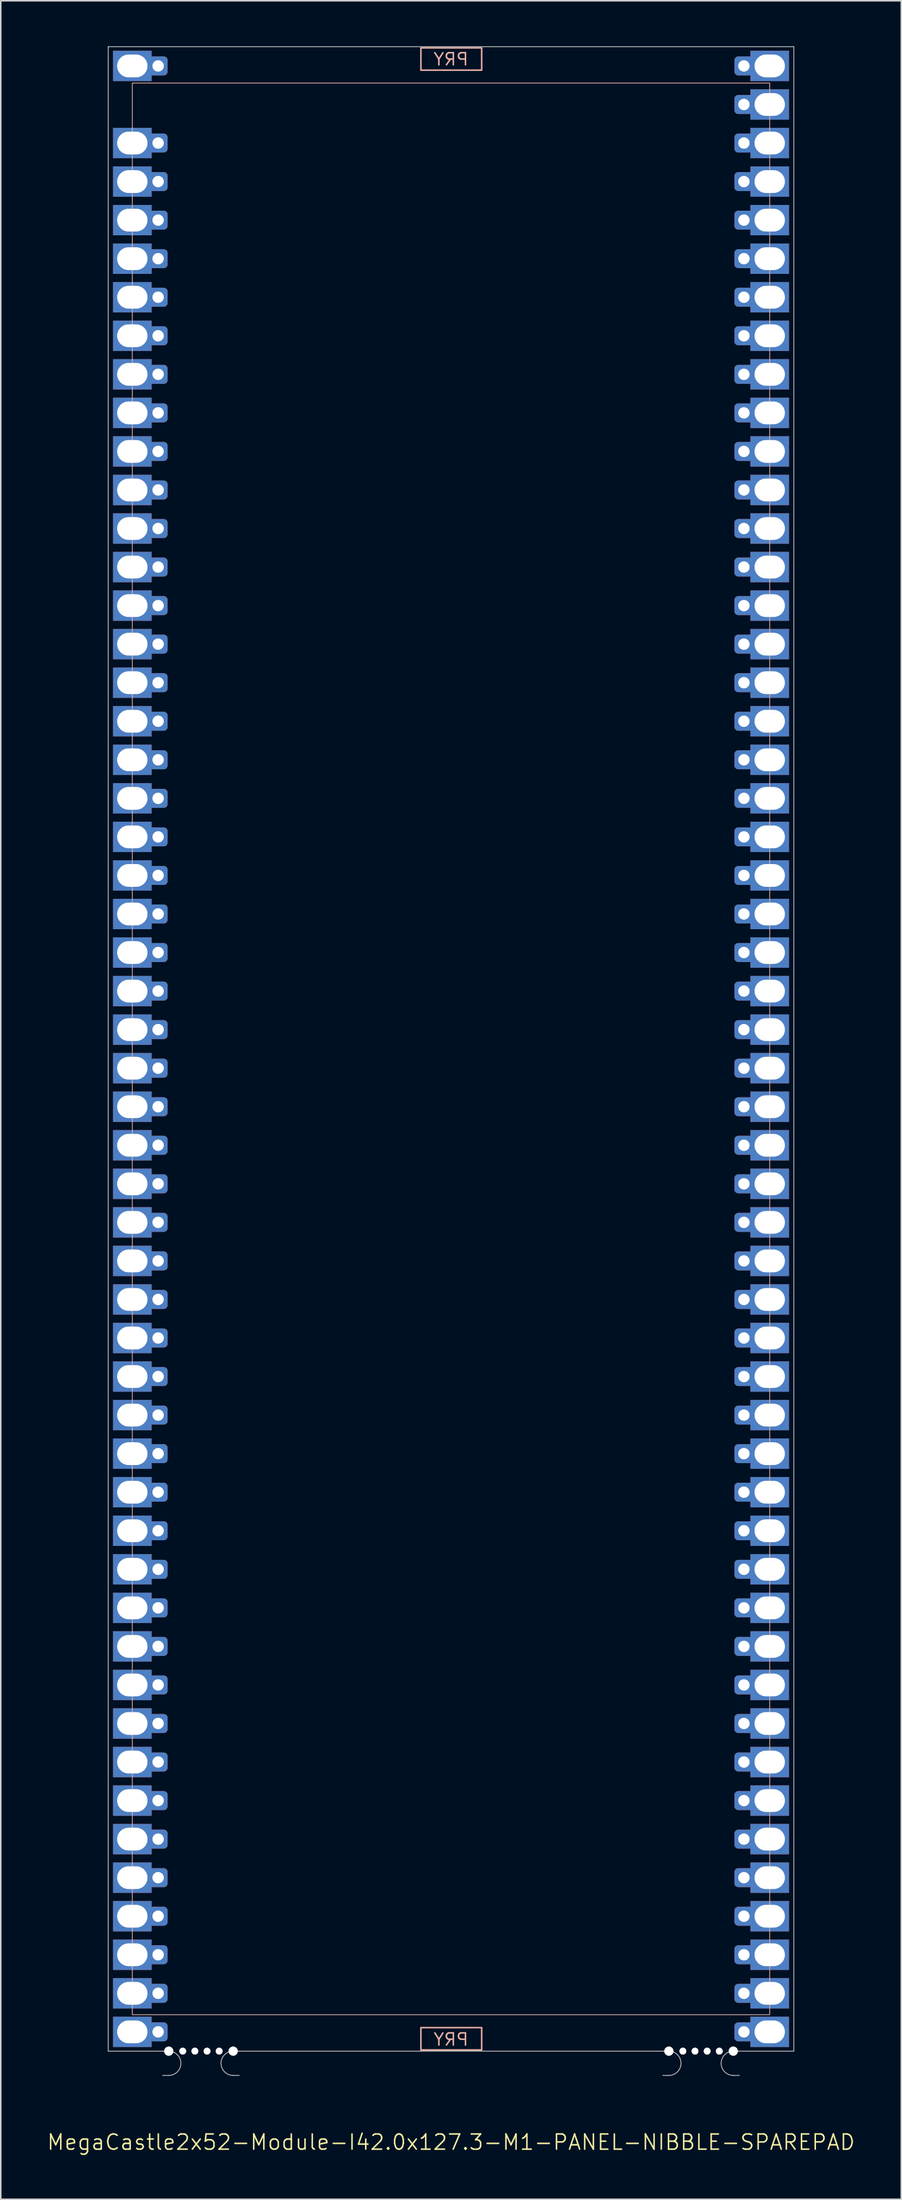
<source format=kicad_pcb>
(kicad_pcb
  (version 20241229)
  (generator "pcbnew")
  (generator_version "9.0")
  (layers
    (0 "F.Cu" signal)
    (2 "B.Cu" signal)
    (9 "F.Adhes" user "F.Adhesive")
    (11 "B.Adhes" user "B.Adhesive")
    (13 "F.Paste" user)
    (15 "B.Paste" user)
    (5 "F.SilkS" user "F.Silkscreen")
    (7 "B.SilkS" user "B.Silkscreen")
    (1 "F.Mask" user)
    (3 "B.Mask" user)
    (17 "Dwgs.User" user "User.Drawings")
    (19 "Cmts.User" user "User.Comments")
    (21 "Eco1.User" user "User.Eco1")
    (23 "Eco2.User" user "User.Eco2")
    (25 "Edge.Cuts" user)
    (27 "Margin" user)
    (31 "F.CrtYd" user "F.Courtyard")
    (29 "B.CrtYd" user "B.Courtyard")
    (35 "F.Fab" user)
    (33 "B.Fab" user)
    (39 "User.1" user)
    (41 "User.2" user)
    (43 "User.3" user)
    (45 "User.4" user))
  (footprint "MegaCastle2x52-Module-I42.0x127.3-M1-PANEL-NIBBLE-SPAREPAD"
    (layer "F.Cu")
    (at 26.669 66.065)
    (property "Reference" "MegaCastle2x52-Module-I42.0x127.3-M1-PANEL-NIBBLE-SPAREPAD" (at 0 72.04 0) (unlocked yes) (layer "F.SilkS") (effects (font (size 1 1) (thickness 0.1))))
    (attr smd)
    (fp_rect (start -21 63.64) (end 21 -63.64) (stroke (width 0.05) (type default)) (fill no) (layer "B.SilkS"))
    (fp_rect (start -1.984 -64.491) (end 2.02 -65.96) (stroke (width 0.1) (type default)) (fill no) (layer "B.SilkS"))
    (fp_rect (start -1.984 64.491) (end 2.02 65.96) (stroke (width 0.1) (type default)) (fill no) (layer "B.SilkS"))
    (fp_line (start -22.587 -66.04) (end -22.587 66.04) (stroke (width 0.05) (type default)) (layer "Edge.Cuts"))
    (fp_line (start -22.587 -66.04) (end 22.587 -66.04) (stroke (width 0.05) (type default)) (layer "Edge.Cuts"))
    (fp_line (start -22.587 66.04) (end -19 66.04) (stroke (width 0.05) (type default)) (layer "Edge.Cuts"))
    (fp_line (start -19 66.04) (end -18.6 66.04) (stroke (width 0.05) (type default)) (layer "Edge.Cuts"))
    (fp_line (start -19 67.64) (end -18.6 67.64) (stroke (width 0.05) (type default)) (layer "Edge.Cuts"))
    (fp_line (start -13.955 66.04) (end -14.355 66.04) (stroke (width 0.05) (type default)) (layer "Edge.Cuts"))
    (fp_line (start -13.955 66.04) (end 13.955 66.04) (stroke (width 0.05) (type default)) (layer "Edge.Cuts"))
    (fp_line (start -13.955 67.64) (end -14.355 67.64) (stroke (width 0.05) (type default)) (layer "Edge.Cuts"))
    (fp_line (start 13.955 66.04) (end 14.355 66.04) (stroke (width 0.05) (type default)) (layer "Edge.Cuts"))
    (fp_line (start 13.955 67.64) (end 14.355 67.64) (stroke (width 0.05) (type default)) (layer "Edge.Cuts"))
    (fp_line (start 19 66.04) (end 18.6 66.04) (stroke (width 0.05) (type default)) (layer "Edge.Cuts"))
    (fp_line (start 19 66.04) (end 22.587 66.04) (stroke (width 0.05) (type default)) (layer "Edge.Cuts"))
    (fp_line (start 19 67.64) (end 18.6 67.64) (stroke (width 0.05) (type default)) (layer "Edge.Cuts"))
    (fp_line (start 22.587 -66.04) (end 22.587 66.04) (stroke (width 0.05) (type default)) (layer "Edge.Cuts"))
    (fp_arc (start -18.6 66.040001) (mid -17.799999 66.839996) (end -18.6 67.639999) (stroke (width 0.05) (type default)) (layer "Edge.Cuts"))
    (fp_arc (start -14.355 67.639999) (mid -15.155 66.84) (end -14.355 66.040001) (stroke (width 0.05) (type default)) (layer "Edge.Cuts"))
    (fp_arc (start 14.355001 66.040001) (mid 15.155002 66.839996) (end 14.355001 67.639999) (stroke (width 0.05) (type default)) (layer "Edge.Cuts"))
    (fp_arc (start 18.600002 67.639999) (mid 17.800001 66.84) (end 18.600002 66.040001) (stroke (width 0.05) (type default)) (layer "Edge.Cuts"))
    (fp_text user "PRY" (at 0 65.74 0) (unlocked yes) (layer "B.SilkS") (effects (font (size 0.8 0.8) (thickness 0.1)) (justify bottom mirror)))
    (fp_text user "PRY" (at 0 -64.74 0) (unlocked yes) (layer "B.SilkS") (effects (font (size 0.8 0.8) (thickness 0.1)) (justify bottom mirror)))
    (pad "" np_thru_hole circle (at -18.6 66.04) (size 0.6 0.6) (drill 0.6) (layers "*.Cu" "Edge.Cuts"))
    (pad "" np_thru_hole circle (at -17.677 66.04) (size 0.45 0.45) (drill 0.45) (layers "*.Cu" "Edge.Cuts"))
    (pad "" np_thru_hole circle (at -16.878 66.04) (size 0.45 0.45) (drill 0.45) (layers "*.Cu" "Edge.Cuts"))
    (pad "" np_thru_hole circle (at -16.077 66.04) (size 0.45 0.45) (drill 0.45) (layers "*.Cu" "Edge.Cuts"))
    (pad "" np_thru_hole circle (at -15.277 66.04) (size 0.45 0.45) (drill 0.45) (layers "*.Cu" "Edge.Cuts"))
    (pad "" np_thru_hole circle (at -14.355 66.04) (size 0.6 0.6) (drill 0.6) (layers "*.Cu" "Edge.Cuts"))
    (pad "" np_thru_hole circle (at 14.355 66.04) (size 0.6 0.6) (drill 0.6) (layers "*.Cu" "Edge.Cuts"))
    (pad "" np_thru_hole circle (at 15.278 66.04) (size 0.45 0.45) (drill 0.45) (layers "*.Cu" "Edge.Cuts"))
    (pad "" np_thru_hole circle (at 16.078 66.04) (size 0.45 0.45) (drill 0.45) (layers "*.Cu" "Edge.Cuts"))
    (pad "" np_thru_hole circle (at 16.878 66.04) (size 0.45 0.45) (drill 0.45) (layers "*.Cu" "Edge.Cuts"))
    (pad "" np_thru_hole circle (at 17.678 66.04) (size 0.45 0.45) (drill 0.45) (layers "*.Cu" "Edge.Cuts"))
    (pad "" np_thru_hole circle (at 18.6 66.04) (size 0.6 0.6) (drill 0.6) (layers "*.Cu" "Edge.Cuts"))
    (pad "1" thru_hole rect (at -21 -64.77) (size 2.54 2) (drill oval 2 1.5) (property pad_prop_castellated) (layers "*.Cu" "*.Mask"))
    (pad "1" thru_hole roundrect (at -19.3 -64.77 180) (size 1.25 1.25) (drill 0.75) (layers "*.Cu" "*.Mask") (roundrect_rratio 0.2))
    (pad "3" thru_hole rect (at -21 -59.69) (size 2.54 2) (drill oval 2 1.5) (property pad_prop_castellated) (layers "*.Cu" "*.Mask"))
    (pad "3" thru_hole roundrect (at -19.3 -59.69 180) (size 1.25 1.25) (drill 0.75) (layers "*.Cu" "*.Mask") (roundrect_rratio 0.2))
    (pad "4" thru_hole rect (at -21 -57.15) (size 2.54 2) (drill oval 2 1.5) (property pad_prop_castellated) (layers "*.Cu" "*.Mask"))
    (pad "4" thru_hole roundrect (at -19.3 -57.15 180) (size 1.25 1.25) (drill 0.75) (layers "*.Cu" "*.Mask") (roundrect_rratio 0.2))
    (pad "5" thru_hole rect (at -21 -54.61) (size 2.54 2) (drill oval 2 1.5) (property pad_prop_castellated) (layers "*.Cu" "*.Mask"))
    (pad "5" thru_hole roundrect (at -19.3 -54.61 180) (size 1.25 1.25) (drill 0.75) (layers "*.Cu" "*.Mask") (roundrect_rratio 0.2))
    (pad "6" thru_hole rect (at -21 -52.07) (size 2.54 2) (drill oval 2 1.5) (property pad_prop_castellated) (layers "*.Cu" "*.Mask"))
    (pad "6" thru_hole roundrect (at -19.3 -52.07 180) (size 1.25 1.25) (drill 0.75) (layers "*.Cu" "*.Mask") (roundrect_rratio 0.2))
    (pad "7" thru_hole rect (at -21 -49.53) (size 2.54 2) (drill oval 2 1.5) (property pad_prop_castellated) (layers "*.Cu" "*.Mask"))
    (pad "7" thru_hole roundrect (at -19.3 -49.53 180) (size 1.25 1.25) (drill 0.75) (layers "*.Cu" "*.Mask") (roundrect_rratio 0.2))
    (pad "8" thru_hole rect (at -21 -46.99) (size 2.54 2) (drill oval 2 1.5) (property pad_prop_castellated) (layers "*.Cu" "*.Mask"))
    (pad "8" thru_hole roundrect (at -19.3 -46.99 180) (size 1.25 1.25) (drill 0.75) (layers "*.Cu" "*.Mask") (roundrect_rratio 0.2))
    (pad "9" thru_hole rect (at -21 -44.45) (size 2.54 2) (drill oval 2 1.5) (property pad_prop_castellated) (layers "*.Cu" "*.Mask"))
    (pad "9" thru_hole roundrect (at -19.3 -44.45 180) (size 1.25 1.25) (drill 0.75) (layers "*.Cu" "*.Mask") (roundrect_rratio 0.2))
    (pad "10" thru_hole rect (at -21 -41.91) (size 2.54 2) (drill oval 2 1.5) (property pad_prop_castellated) (layers "*.Cu" "*.Mask"))
    (pad "10" thru_hole roundrect (at -19.3 -41.91 180) (size 1.25 1.25) (drill 0.75) (layers "*.Cu" "*.Mask") (roundrect_rratio 0.2))
    (pad "11" thru_hole rect (at -21 -39.37) (size 2.54 2) (drill oval 2 1.5) (property pad_prop_castellated) (layers "*.Cu" "*.Mask"))
    (pad "11" thru_hole roundrect (at -19.3 -39.37 180) (size 1.25 1.25) (drill 0.75) (layers "*.Cu" "*.Mask") (roundrect_rratio 0.2))
    (pad "12" thru_hole rect (at -21 -36.83) (size 2.54 2) (drill oval 2 1.5) (property pad_prop_castellated) (layers "*.Cu" "*.Mask"))
    (pad "12" thru_hole roundrect (at -19.3 -36.83 180) (size 1.25 1.25) (drill 0.75) (layers "*.Cu" "*.Mask") (roundrect_rratio 0.2))
    (pad "13" thru_hole rect (at -21 -34.29) (size 2.54 2) (drill oval 2 1.5) (property pad_prop_castellated) (layers "*.Cu" "*.Mask"))
    (pad "13" thru_hole roundrect (at -19.3 -34.29 180) (size 1.25 1.25) (drill 0.75) (layers "*.Cu" "*.Mask") (roundrect_rratio 0.2))
    (pad "14" thru_hole rect (at -21 -31.75) (size 2.54 2) (drill oval 2 1.5) (property pad_prop_castellated) (layers "*.Cu" "*.Mask"))
    (pad "14" thru_hole roundrect (at -19.3 -31.75 180) (size 1.25 1.25) (drill 0.75) (layers "*.Cu" "*.Mask") (roundrect_rratio 0.2))
    (pad "15" thru_hole rect (at -21 -29.21) (size 2.54 2) (drill oval 2 1.5) (property pad_prop_castellated) (layers "*.Cu" "*.Mask"))
    (pad "15" thru_hole roundrect (at -19.3 -29.21 180) (size 1.25 1.25) (drill 0.75) (layers "*.Cu" "*.Mask") (roundrect_rratio 0.2))
    (pad "16" thru_hole rect (at -21 -26.67) (size 2.54 2) (drill oval 2 1.5) (property pad_prop_castellated) (layers "*.Cu" "*.Mask"))
    (pad "16" thru_hole roundrect (at -19.3 -26.67 180) (size 1.25 1.25) (drill 0.75) (layers "*.Cu" "*.Mask") (roundrect_rratio 0.2))
    (pad "17" thru_hole rect (at -21 -24.13) (size 2.54 2) (drill oval 2 1.5) (property pad_prop_castellated) (layers "*.Cu" "*.Mask"))
    (pad "17" thru_hole roundrect (at -19.3 -24.13 180) (size 1.25 1.25) (drill 0.75) (layers "*.Cu" "*.Mask") (roundrect_rratio 0.2))
    (pad "18" thru_hole rect (at -21 -21.59) (size 2.54 2) (drill oval 2 1.5) (property pad_prop_castellated) (layers "*.Cu" "*.Mask"))
    (pad "18" thru_hole roundrect (at -19.3 -21.59 180) (size 1.25 1.25) (drill 0.75) (layers "*.Cu" "*.Mask") (roundrect_rratio 0.2))
    (pad "19" thru_hole rect (at -21 -19.05) (size 2.54 2) (drill oval 2 1.5) (property pad_prop_castellated) (layers "*.Cu" "*.Mask"))
    (pad "19" thru_hole roundrect (at -19.3 -19.05 180) (size 1.25 1.25) (drill 0.75) (layers "*.Cu" "*.Mask") (roundrect_rratio 0.2))
    (pad "20" thru_hole rect (at -21 -16.51) (size 2.54 2) (drill oval 2 1.5) (property pad_prop_castellated) (layers "*.Cu" "*.Mask"))
    (pad "20" thru_hole roundrect (at -19.3 -16.51 180) (size 1.25 1.25) (drill 0.75) (layers "*.Cu" "*.Mask") (roundrect_rratio 0.2))
    (pad "21" thru_hole rect (at -21 -13.97) (size 2.54 2) (drill oval 2 1.5) (property pad_prop_castellated) (layers "*.Cu" "*.Mask"))
    (pad "21" thru_hole roundrect (at -19.3 -13.97 180) (size 1.25 1.25) (drill 0.75) (layers "*.Cu" "*.Mask") (roundrect_rratio 0.2))
    (pad "22" thru_hole rect (at -21 -11.43) (size 2.54 2) (drill oval 2 1.5) (property pad_prop_castellated) (layers "*.Cu" "*.Mask"))
    (pad "22" thru_hole roundrect (at -19.3 -11.43 180) (size 1.25 1.25) (drill 0.75) (layers "*.Cu" "*.Mask") (roundrect_rratio 0.2))
    (pad "23" thru_hole rect (at -21 -8.89) (size 2.54 2) (drill oval 2 1.5) (property pad_prop_castellated) (layers "*.Cu" "*.Mask"))
    (pad "23" thru_hole roundrect (at -19.3 -8.89 180) (size 1.25 1.25) (drill 0.75) (layers "*.Cu" "*.Mask") (roundrect_rratio 0.2))
    (pad "24" thru_hole rect (at -21 -6.35) (size 2.54 2) (drill oval 2 1.5) (property pad_prop_castellated) (layers "*.Cu" "*.Mask"))
    (pad "24" thru_hole roundrect (at -19.3 -6.35 180) (size 1.25 1.25) (drill 0.75) (layers "*.Cu" "*.Mask") (roundrect_rratio 0.2))
    (pad "25" thru_hole rect (at -21 -3.81) (size 2.54 2) (drill oval 2 1.5) (property pad_prop_castellated) (layers "*.Cu" "*.Mask"))
    (pad "25" thru_hole roundrect (at -19.3 -3.81 180) (size 1.25 1.25) (drill 0.75) (layers "*.Cu" "*.Mask") (roundrect_rratio 0.2))
    (pad "26" thru_hole rect (at -21 -1.27) (size 2.54 2) (drill oval 2 1.5) (property pad_prop_castellated) (layers "*.Cu" "*.Mask"))
    (pad "26" thru_hole roundrect (at -19.3 -1.27 180) (size 1.25 1.25) (drill 0.75) (layers "*.Cu" "*.Mask") (roundrect_rratio 0.2))
    (pad "27" thru_hole rect (at -21 1.27) (size 2.54 2) (drill oval 2 1.5) (property pad_prop_castellated) (layers "*.Cu" "*.Mask"))
    (pad "27" thru_hole roundrect (at -19.3 1.27 180) (size 1.25 1.25) (drill 0.75) (layers "*.Cu" "*.Mask") (roundrect_rratio 0.2))
    (pad "28" thru_hole rect (at -21 3.81) (size 2.54 2) (drill oval 2 1.5) (property pad_prop_castellated) (layers "*.Cu" "*.Mask"))
    (pad "28" thru_hole roundrect (at -19.3 3.81 180) (size 1.25 1.25) (drill 0.75) (layers "*.Cu" "*.Mask") (roundrect_rratio 0.2))
    (pad "29" thru_hole rect (at -21 6.35) (size 2.54 2) (drill oval 2 1.5) (property pad_prop_castellated) (layers "*.Cu" "*.Mask"))
    (pad "29" thru_hole roundrect (at -19.3 6.35 180) (size 1.25 1.25) (drill 0.75) (layers "*.Cu" "*.Mask") (roundrect_rratio 0.2))
    (pad "30" thru_hole rect (at -21 8.89) (size 2.54 2) (drill oval 2 1.5) (property pad_prop_castellated) (layers "*.Cu" "*.Mask"))
    (pad "30" thru_hole roundrect (at -19.3 8.89 180) (size 1.25 1.25) (drill 0.75) (layers "*.Cu" "*.Mask") (roundrect_rratio 0.2))
    (pad "31" thru_hole rect (at -21 11.43) (size 2.54 2) (drill oval 2 1.5) (property pad_prop_castellated) (layers "*.Cu" "*.Mask"))
    (pad "31" thru_hole roundrect (at -19.3 11.43 180) (size 1.25 1.25) (drill 0.75) (layers "*.Cu" "*.Mask") (roundrect_rratio 0.2))
    (pad "32" thru_hole rect (at -21 13.97) (size 2.54 2) (drill oval 2 1.5) (property pad_prop_castellated) (layers "*.Cu" "*.Mask"))
    (pad "32" thru_hole roundrect (at -19.3 13.97 180) (size 1.25 1.25) (drill 0.75) (layers "*.Cu" "*.Mask") (roundrect_rratio 0.2))
    (pad "33" thru_hole rect (at -21 16.51) (size 2.54 2) (drill oval 2 1.5) (property pad_prop_castellated) (layers "*.Cu" "*.Mask"))
    (pad "33" thru_hole roundrect (at -19.3 16.51 180) (size 1.25 1.25) (drill 0.75) (layers "*.Cu" "*.Mask") (roundrect_rratio 0.2))
    (pad "34" thru_hole rect (at -21 19.05) (size 2.54 2) (drill oval 2 1.5) (property pad_prop_castellated) (layers "*.Cu" "*.Mask"))
    (pad "34" thru_hole roundrect (at -19.3 19.05 180) (size 1.25 1.25) (drill 0.75) (layers "*.Cu" "*.Mask") (roundrect_rratio 0.2))
    (pad "35" thru_hole rect (at -21 21.59) (size 2.54 2) (drill oval 2 1.5) (property pad_prop_castellated) (layers "*.Cu" "*.Mask"))
    (pad "35" thru_hole roundrect (at -19.3 21.59 180) (size 1.25 1.25) (drill 0.75) (layers "*.Cu" "*.Mask") (roundrect_rratio 0.2))
    (pad "36" thru_hole rect (at -21 24.13) (size 2.54 2) (drill oval 2 1.5) (property pad_prop_castellated) (layers "*.Cu" "*.Mask"))
    (pad "36" thru_hole roundrect (at -19.3 24.13 180) (size 1.25 1.25) (drill 0.75) (layers "*.Cu" "*.Mask") (roundrect_rratio 0.2))
    (pad "37" thru_hole rect (at -21 26.67) (size 2.54 2) (drill oval 2 1.5) (property pad_prop_castellated) (layers "*.Cu" "*.Mask"))
    (pad "37" thru_hole roundrect (at -19.3 26.67 180) (size 1.25 1.25) (drill 0.75) (layers "*.Cu" "*.Mask") (roundrect_rratio 0.2))
    (pad "38" thru_hole rect (at -21 29.21) (size 2.54 2) (drill oval 2 1.5) (property pad_prop_castellated) (layers "*.Cu" "*.Mask"))
    (pad "38" thru_hole roundrect (at -19.3 29.21 180) (size 1.25 1.25) (drill 0.75) (layers "*.Cu" "*.Mask") (roundrect_rratio 0.2))
    (pad "39" thru_hole rect (at -21 31.75) (size 2.54 2) (drill oval 2 1.5) (property pad_prop_castellated) (layers "*.Cu" "*.Mask"))
    (pad "39" thru_hole roundrect (at -19.3 31.75 180) (size 1.25 1.25) (drill 0.75) (layers "*.Cu" "*.Mask") (roundrect_rratio 0.2))
    (pad "40" thru_hole rect (at -21 34.29) (size 2.54 2) (drill oval 2 1.5) (property pad_prop_castellated) (layers "*.Cu" "*.Mask"))
    (pad "40" thru_hole roundrect (at -19.3 34.29 180) (size 1.25 1.25) (drill 0.75) (layers "*.Cu" "*.Mask") (roundrect_rratio 0.2))
    (pad "41" thru_hole rect (at -21 36.83) (size 2.54 2) (drill oval 2 1.5) (property pad_prop_castellated) (layers "*.Cu" "*.Mask"))
    (pad "41" thru_hole roundrect (at -19.3 36.83 180) (size 1.25 1.25) (drill 0.75) (layers "*.Cu" "*.Mask") (roundrect_rratio 0.2))
    (pad "42" thru_hole rect (at -21 39.37) (size 2.54 2) (drill oval 2 1.5) (property pad_prop_castellated) (layers "*.Cu" "*.Mask"))
    (pad "42" thru_hole roundrect (at -19.3 39.37 180) (size 1.25 1.25) (drill 0.75) (layers "*.Cu" "*.Mask") (roundrect_rratio 0.2))
    (pad "43" thru_hole rect (at -21 41.91) (size 2.54 2) (drill oval 2 1.5) (property pad_prop_castellated) (layers "*.Cu" "*.Mask"))
    (pad "43" thru_hole roundrect (at -19.3 41.91 180) (size 1.25 1.25) (drill 0.75) (layers "*.Cu" "*.Mask") (roundrect_rratio 0.2))
    (pad "44" thru_hole rect (at -21 44.45) (size 2.54 2) (drill oval 2 1.5) (property pad_prop_castellated) (layers "*.Cu" "*.Mask"))
    (pad "44" thru_hole roundrect (at -19.3 44.45 180) (size 1.25 1.25) (drill 0.75) (layers "*.Cu" "*.Mask") (roundrect_rratio 0.2))
    (pad "45" thru_hole rect (at -21 46.99) (size 2.54 2) (drill oval 2 1.5) (property pad_prop_castellated) (layers "*.Cu" "*.Mask"))
    (pad "45" thru_hole roundrect (at -19.3 46.99 180) (size 1.25 1.25) (drill 0.75) (layers "*.Cu" "*.Mask") (roundrect_rratio 0.2))
    (pad "46" thru_hole rect (at -21 49.53) (size 2.54 2) (drill oval 2 1.5) (property pad_prop_castellated) (layers "*.Cu" "*.Mask"))
    (pad "46" thru_hole roundrect (at -19.3 49.53 180) (size 1.25 1.25) (drill 0.75) (layers "*.Cu" "*.Mask") (roundrect_rratio 0.2))
    (pad "47" thru_hole rect (at -21 52.07) (size 2.54 2) (drill oval 2 1.5) (property pad_prop_castellated) (layers "*.Cu" "*.Mask"))
    (pad "47" thru_hole roundrect (at -19.3 52.07 180) (size 1.25 1.25) (drill 0.75) (layers "*.Cu" "*.Mask") (roundrect_rratio 0.2))
    (pad "48" thru_hole rect (at -21 54.61) (size 2.54 2) (drill oval 2 1.5) (property pad_prop_castellated) (layers "*.Cu" "*.Mask"))
    (pad "48" thru_hole roundrect (at -19.3 54.61 180) (size 1.25 1.25) (drill 0.75) (layers "*.Cu" "*.Mask") (roundrect_rratio 0.2))
    (pad "49" thru_hole rect (at -21 57.15) (size 2.54 2) (drill oval 2 1.5) (property pad_prop_castellated) (layers "*.Cu" "*.Mask"))
    (pad "49" thru_hole roundrect (at -19.3 57.15 180) (size 1.25 1.25) (drill 0.75) (layers "*.Cu" "*.Mask") (roundrect_rratio 0.2))
    (pad "50" thru_hole rect (at -21 59.69) (size 2.54 2) (drill oval 2 1.5) (property pad_prop_castellated) (layers "*.Cu" "*.Mask"))
    (pad "50" thru_hole roundrect (at -19.3 59.69 180) (size 1.25 1.25) (drill 0.75) (layers "*.Cu" "*.Mask") (roundrect_rratio 0.2))
    (pad "51" thru_hole rect (at -21 62.23) (size 2.54 2) (drill oval 2 1.5) (property pad_prop_castellated) (layers "*.Cu" "*.Mask"))
    (pad "51" thru_hole roundrect (at -19.3 62.23 180) (size 1.25 1.25) (drill 0.75) (layers "*.Cu" "*.Mask") (roundrect_rratio 0.2))
    (pad "52" thru_hole rect (at -21 64.77) (size 2.54 2) (drill oval 2 1.5) (property pad_prop_castellated) (layers "*.Cu" "*.Mask"))
    (pad "52" thru_hole roundrect (at -19.3 64.77 180) (size 1.25 1.25) (drill 0.75) (layers "*.Cu" "*.Mask") (roundrect_rratio 0.2))
    (pad "53" thru_hole roundrect (at 19.3 -64.77 180) (size 1.25 1.25) (drill 0.75) (layers "*.Cu" "*.Mask") (roundrect_rratio 0.2))
    (pad "53" thru_hole rect (at 21 -64.77) (size 2.54 2) (drill oval 2 1.5) (property pad_prop_castellated) (layers "*.Cu" "*.Mask"))
    (pad "54" thru_hole roundrect (at 19.3 -62.23 180) (size 1.25 1.25) (drill 0.75) (layers "*.Cu" "*.Mask") (roundrect_rratio 0.2))
    (pad "54" thru_hole rect (at 21 -62.23) (size 2.54 2) (drill oval 2 1.5) (property pad_prop_castellated) (layers "*.Cu" "*.Mask"))
    (pad "55" thru_hole roundrect (at 19.3 -59.69 180) (size 1.25 1.25) (drill 0.75) (layers "*.Cu" "*.Mask") (roundrect_rratio 0.2))
    (pad "55" thru_hole rect (at 21 -59.69) (size 2.54 2) (drill oval 2 1.5) (property pad_prop_castellated) (layers "*.Cu" "*.Mask"))
    (pad "56" thru_hole roundrect (at 19.3 -57.15 180) (size 1.25 1.25) (drill 0.75) (layers "*.Cu" "*.Mask") (roundrect_rratio 0.2))
    (pad "56" thru_hole rect (at 21 -57.15) (size 2.54 2) (drill oval 2 1.5) (property pad_prop_castellated) (layers "*.Cu" "*.Mask"))
    (pad "57" thru_hole roundrect (at 19.3 -54.61 180) (size 1.25 1.25) (drill 0.75) (layers "*.Cu" "*.Mask") (roundrect_rratio 0.2))
    (pad "57" thru_hole rect (at 21 -54.61) (size 2.54 2) (drill oval 2 1.5) (property pad_prop_castellated) (layers "*.Cu" "*.Mask"))
    (pad "58" thru_hole roundrect (at 19.3 -52.07 180) (size 1.25 1.25) (drill 0.75) (layers "*.Cu" "*.Mask") (roundrect_rratio 0.2))
    (pad "58" thru_hole rect (at 21 -52.07) (size 2.54 2) (drill oval 2 1.5) (property pad_prop_castellated) (layers "*.Cu" "*.Mask"))
    (pad "59" thru_hole roundrect (at 19.3 -49.53 180) (size 1.25 1.25) (drill 0.75) (layers "*.Cu" "*.Mask") (roundrect_rratio 0.2))
    (pad "59" thru_hole rect (at 21 -49.53) (size 2.54 2) (drill oval 2 1.5) (property pad_prop_castellated) (layers "*.Cu" "*.Mask"))
    (pad "60" thru_hole roundrect (at 19.3 -46.99 180) (size 1.25 1.25) (drill 0.75) (layers "*.Cu" "*.Mask") (roundrect_rratio 0.2))
    (pad "60" thru_hole rect (at 21 -46.99) (size 2.54 2) (drill oval 2 1.5) (property pad_prop_castellated) (layers "*.Cu" "*.Mask"))
    (pad "61" thru_hole roundrect (at 19.3 -44.45 180) (size 1.25 1.25) (drill 0.75) (layers "*.Cu" "*.Mask") (roundrect_rratio 0.2))
    (pad "61" thru_hole rect (at 21 -44.45) (size 2.54 2) (drill oval 2 1.5) (property pad_prop_castellated) (layers "*.Cu" "*.Mask"))
    (pad "62" thru_hole roundrect (at 19.3 -41.91 180) (size 1.25 1.25) (drill 0.75) (layers "*.Cu" "*.Mask") (roundrect_rratio 0.2))
    (pad "62" thru_hole rect (at 21 -41.91) (size 2.54 2) (drill oval 2 1.5) (property pad_prop_castellated) (layers "*.Cu" "*.Mask"))
    (pad "63" thru_hole roundrect (at 19.3 -39.37 180) (size 1.25 1.25) (drill 0.75) (layers "*.Cu" "*.Mask") (roundrect_rratio 0.2))
    (pad "63" thru_hole rect (at 21 -39.37) (size 2.54 2) (drill oval 2 1.5) (property pad_prop_castellated) (layers "*.Cu" "*.Mask"))
    (pad "64" thru_hole roundrect (at 19.3 -36.83 180) (size 1.25 1.25) (drill 0.75) (layers "*.Cu" "*.Mask") (roundrect_rratio 0.2))
    (pad "64" thru_hole rect (at 21 -36.83) (size 2.54 2) (drill oval 2 1.5) (property pad_prop_castellated) (layers "*.Cu" "*.Mask"))
    (pad "65" thru_hole roundrect (at 19.3 -34.29 180) (size 1.25 1.25) (drill 0.75) (layers "*.Cu" "*.Mask") (roundrect_rratio 0.2))
    (pad "65" thru_hole rect (at 21 -34.29) (size 2.54 2) (drill oval 2 1.5) (property pad_prop_castellated) (layers "*.Cu" "*.Mask"))
    (pad "66" thru_hole roundrect (at 19.3 -31.75 180) (size 1.25 1.25) (drill 0.75) (layers "*.Cu" "*.Mask") (roundrect_rratio 0.2))
    (pad "66" thru_hole rect (at 21 -31.75) (size 2.54 2) (drill oval 2 1.5) (property pad_prop_castellated) (layers "*.Cu" "*.Mask"))
    (pad "67" thru_hole roundrect (at 19.3 -29.21 180) (size 1.25 1.25) (drill 0.75) (layers "*.Cu" "*.Mask") (roundrect_rratio 0.2))
    (pad "67" thru_hole rect (at 21 -29.21) (size 2.54 2) (drill oval 2 1.5) (property pad_prop_castellated) (layers "*.Cu" "*.Mask"))
    (pad "68" thru_hole roundrect (at 19.3 -26.67 180) (size 1.25 1.25) (drill 0.75) (layers "*.Cu" "*.Mask") (roundrect_rratio 0.2))
    (pad "68" thru_hole rect (at 21 -26.67) (size 2.54 2) (drill oval 2 1.5) (property pad_prop_castellated) (layers "*.Cu" "*.Mask"))
    (pad "69" thru_hole roundrect (at 19.3 -24.13 180) (size 1.25 1.25) (drill 0.75) (layers "*.Cu" "*.Mask") (roundrect_rratio 0.2))
    (pad "69" thru_hole rect (at 21 -24.13) (size 2.54 2) (drill oval 2 1.5) (property pad_prop_castellated) (layers "*.Cu" "*.Mask"))
    (pad "70" thru_hole roundrect (at 19.3 -21.59 180) (size 1.25 1.25) (drill 0.75) (layers "*.Cu" "*.Mask") (roundrect_rratio 0.2))
    (pad "70" thru_hole rect (at 21 -21.59) (size 2.54 2) (drill oval 2 1.5) (property pad_prop_castellated) (layers "*.Cu" "*.Mask"))
    (pad "71" thru_hole roundrect (at 19.3 -19.05 180) (size 1.25 1.25) (drill 0.75) (layers "*.Cu" "*.Mask") (roundrect_rratio 0.2))
    (pad "71" thru_hole rect (at 21 -19.05) (size 2.54 2) (drill oval 2 1.5) (property pad_prop_castellated) (layers "*.Cu" "*.Mask"))
    (pad "72" thru_hole roundrect (at 19.3 -16.51 180) (size 1.25 1.25) (drill 0.75) (layers "*.Cu" "*.Mask") (roundrect_rratio 0.2))
    (pad "72" thru_hole rect (at 21 -16.51) (size 2.54 2) (drill oval 2 1.5) (property pad_prop_castellated) (layers "*.Cu" "*.Mask"))
    (pad "73" thru_hole roundrect (at 19.3 -13.97 180) (size 1.25 1.25) (drill 0.75) (layers "*.Cu" "*.Mask") (roundrect_rratio 0.2))
    (pad "73" thru_hole rect (at 21 -13.97) (size 2.54 2) (drill oval 2 1.5) (property pad_prop_castellated) (layers "*.Cu" "*.Mask"))
    (pad "74" thru_hole roundrect (at 19.3 -11.43 180) (size 1.25 1.25) (drill 0.75) (layers "*.Cu" "*.Mask") (roundrect_rratio 0.2))
    (pad "74" thru_hole rect (at 21 -11.43) (size 2.54 2) (drill oval 2 1.5) (property pad_prop_castellated) (layers "*.Cu" "*.Mask"))
    (pad "75" thru_hole roundrect (at 19.3 -8.89 180) (size 1.25 1.25) (drill 0.75) (layers "*.Cu" "*.Mask") (roundrect_rratio 0.2))
    (pad "75" thru_hole rect (at 21 -8.89) (size 2.54 2) (drill oval 2 1.5) (property pad_prop_castellated) (layers "*.Cu" "*.Mask"))
    (pad "76" thru_hole roundrect (at 19.3 -6.35 180) (size 1.25 1.25) (drill 0.75) (layers "*.Cu" "*.Mask") (roundrect_rratio 0.2))
    (pad "76" thru_hole rect (at 21 -6.35) (size 2.54 2) (drill oval 2 1.5) (property pad_prop_castellated) (layers "*.Cu" "*.Mask"))
    (pad "77" thru_hole roundrect (at 19.3 -3.81 180) (size 1.25 1.25) (drill 0.75) (layers "*.Cu" "*.Mask") (roundrect_rratio 0.2))
    (pad "77" thru_hole rect (at 21 -3.81) (size 2.54 2) (drill oval 2 1.5) (property pad_prop_castellated) (layers "*.Cu" "*.Mask"))
    (pad "78" thru_hole roundrect (at 19.3 -1.27 180) (size 1.25 1.25) (drill 0.75) (layers "*.Cu" "*.Mask") (roundrect_rratio 0.2))
    (pad "78" thru_hole rect (at 21 -1.27) (size 2.54 2) (drill oval 2 1.5) (property pad_prop_castellated) (layers "*.Cu" "*.Mask"))
    (pad "79" thru_hole roundrect (at 19.3 1.27 180) (size 1.25 1.25) (drill 0.75) (layers "*.Cu" "*.Mask") (roundrect_rratio 0.2))
    (pad "79" thru_hole rect (at 21 1.27) (size 2.54 2) (drill oval 2 1.5) (property pad_prop_castellated) (layers "*.Cu" "*.Mask"))
    (pad "80" thru_hole roundrect (at 19.3 3.81 180) (size 1.25 1.25) (drill 0.75) (layers "*.Cu" "*.Mask") (roundrect_rratio 0.2))
    (pad "80" thru_hole rect (at 21 3.81) (size 2.54 2) (drill oval 2 1.5) (property pad_prop_castellated) (layers "*.Cu" "*.Mask"))
    (pad "81" thru_hole roundrect (at 19.3 6.35 180) (size 1.25 1.25) (drill 0.75) (layers "*.Cu" "*.Mask") (roundrect_rratio 0.2))
    (pad "81" thru_hole rect (at 21 6.35) (size 2.54 2) (drill oval 2 1.5) (property pad_prop_castellated) (layers "*.Cu" "*.Mask"))
    (pad "82" thru_hole roundrect (at 19.3 8.89 180) (size 1.25 1.25) (drill 0.75) (layers "*.Cu" "*.Mask") (roundrect_rratio 0.2))
    (pad "82" thru_hole rect (at 21 8.89) (size 2.54 2) (drill oval 2 1.5) (property pad_prop_castellated) (layers "*.Cu" "*.Mask"))
    (pad "83" thru_hole roundrect (at 19.3 11.43 180) (size 1.25 1.25) (drill 0.75) (layers "*.Cu" "*.Mask") (roundrect_rratio 0.2))
    (pad "83" thru_hole rect (at 21 11.43) (size 2.54 2) (drill oval 2 1.5) (property pad_prop_castellated) (layers "*.Cu" "*.Mask"))
    (pad "84" thru_hole roundrect (at 19.3 13.97 180) (size 1.25 1.25) (drill 0.75) (layers "*.Cu" "*.Mask") (roundrect_rratio 0.2))
    (pad "84" thru_hole rect (at 21 13.97) (size 2.54 2) (drill oval 2 1.5) (property pad_prop_castellated) (layers "*.Cu" "*.Mask"))
    (pad "85" thru_hole roundrect (at 19.3 16.51 180) (size 1.25 1.25) (drill 0.75) (layers "*.Cu" "*.Mask") (roundrect_rratio 0.2))
    (pad "85" thru_hole rect (at 21 16.51) (size 2.54 2) (drill oval 2 1.5) (property pad_prop_castellated) (layers "*.Cu" "*.Mask"))
    (pad "86" thru_hole roundrect (at 19.3 19.05 180) (size 1.25 1.25) (drill 0.75) (layers "*.Cu" "*.Mask") (roundrect_rratio 0.2))
    (pad "86" thru_hole rect (at 21 19.05) (size 2.54 2) (drill oval 2 1.5) (property pad_prop_castellated) (layers "*.Cu" "*.Mask"))
    (pad "87" thru_hole roundrect (at 19.3 21.59 180) (size 1.25 1.25) (drill 0.75) (layers "*.Cu" "*.Mask") (roundrect_rratio 0.2))
    (pad "87" thru_hole rect (at 21 21.59) (size 2.54 2) (drill oval 2 1.5) (property pad_prop_castellated) (layers "*.Cu" "*.Mask"))
    (pad "88" thru_hole roundrect (at 19.3 24.13 180) (size 1.25 1.25) (drill 0.75) (layers "*.Cu" "*.Mask") (roundrect_rratio 0.2))
    (pad "88" thru_hole rect (at 21 24.13) (size 2.54 2) (drill oval 2 1.5) (property pad_prop_castellated) (layers "*.Cu" "*.Mask"))
    (pad "89" thru_hole roundrect (at 19.3 26.67 180) (size 1.25 1.25) (drill 0.75) (layers "*.Cu" "*.Mask") (roundrect_rratio 0.2))
    (pad "89" thru_hole rect (at 21 26.67) (size 2.54 2) (drill oval 2 1.5) (property pad_prop_castellated) (layers "*.Cu" "*.Mask"))
    (pad "90" thru_hole roundrect (at 19.3 29.21 180) (size 1.25 1.25) (drill 0.75) (layers "*.Cu" "*.Mask") (roundrect_rratio 0.2))
    (pad "90" thru_hole rect (at 21 29.21) (size 2.54 2) (drill oval 2 1.5) (property pad_prop_castellated) (layers "*.Cu" "*.Mask"))
    (pad "91" thru_hole roundrect (at 19.3 31.75 180) (size 1.25 1.25) (drill 0.75) (layers "*.Cu" "*.Mask") (roundrect_rratio 0.2))
    (pad "91" thru_hole rect (at 21 31.75) (size 2.54 2) (drill oval 2 1.5) (property pad_prop_castellated) (layers "*.Cu" "*.Mask"))
    (pad "92" thru_hole roundrect (at 19.3 34.29 180) (size 1.25 1.25) (drill 0.75) (layers "*.Cu" "*.Mask") (roundrect_rratio 0.2))
    (pad "92" thru_hole rect (at 21 34.29) (size 2.54 2) (drill oval 2 1.5) (property pad_prop_castellated) (layers "*.Cu" "*.Mask"))
    (pad "93" thru_hole roundrect (at 19.3 36.83 180) (size 1.25 1.25) (drill 0.75) (layers "*.Cu" "*.Mask") (roundrect_rratio 0.2))
    (pad "93" thru_hole rect (at 21 36.83) (size 2.54 2) (drill oval 2 1.5) (property pad_prop_castellated) (layers "*.Cu" "*.Mask"))
    (pad "94" thru_hole roundrect (at 19.3 39.37 180) (size 1.25 1.25) (drill 0.75) (layers "*.Cu" "*.Mask") (roundrect_rratio 0.2))
    (pad "94" thru_hole rect (at 21 39.37) (size 2.54 2) (drill oval 2 1.5) (property pad_prop_castellated) (layers "*.Cu" "*.Mask"))
    (pad "95" thru_hole roundrect (at 19.3 41.91 180) (size 1.25 1.25) (drill 0.75) (layers "*.Cu" "*.Mask") (roundrect_rratio 0.2))
    (pad "95" thru_hole rect (at 21 41.91) (size 2.54 2) (drill oval 2 1.5) (property pad_prop_castellated) (layers "*.Cu" "*.Mask"))
    (pad "96" thru_hole roundrect (at 19.3 44.45 180) (size 1.25 1.25) (drill 0.75) (layers "*.Cu" "*.Mask") (roundrect_rratio 0.2))
    (pad "96" thru_hole rect (at 21 44.45) (size 2.54 2) (drill oval 2 1.5) (property pad_prop_castellated) (layers "*.Cu" "*.Mask"))
    (pad "97" thru_hole roundrect (at 19.3 46.99 180) (size 1.25 1.25) (drill 0.75) (layers "*.Cu" "*.Mask") (roundrect_rratio 0.2))
    (pad "97" thru_hole rect (at 21 46.99) (size 2.54 2) (drill oval 2 1.5) (property pad_prop_castellated) (layers "*.Cu" "*.Mask"))
    (pad "98" thru_hole roundrect (at 19.3 49.53 180) (size 1.25 1.25) (drill 0.75) (layers "*.Cu" "*.Mask") (roundrect_rratio 0.2))
    (pad "98" thru_hole rect (at 21 49.53) (size 2.54 2) (drill oval 2 1.5) (property pad_prop_castellated) (layers "*.Cu" "*.Mask"))
    (pad "99" thru_hole roundrect (at 19.3 52.07 180) (size 1.25 1.25) (drill 0.75) (layers "*.Cu" "*.Mask") (roundrect_rratio 0.2))
    (pad "99" thru_hole rect (at 21 52.07) (size 2.54 2) (drill oval 2 1.5) (property pad_prop_castellated) (layers "*.Cu" "*.Mask"))
    (pad "100" thru_hole roundrect (at 19.3 54.61 180) (size 1.25 1.25) (drill 0.75) (layers "*.Cu" "*.Mask") (roundrect_rratio 0.2))
    (pad "100" thru_hole rect (at 21 54.61) (size 2.54 2) (drill oval 2 1.5) (property pad_prop_castellated) (layers "*.Cu" "*.Mask"))
    (pad "101" thru_hole roundrect (at 19.3 57.15 180) (size 1.25 1.25) (drill 0.75) (layers "*.Cu" "*.Mask") (roundrect_rratio 0.2))
    (pad "101" thru_hole rect (at 21 57.15) (size 2.54 2) (drill oval 2 1.5) (property pad_prop_castellated) (layers "*.Cu" "*.Mask"))
    (pad "102" thru_hole roundrect (at 19.3 59.69 180) (size 1.25 1.25) (drill 0.75) (layers "*.Cu" "*.Mask") (roundrect_rratio 0.2))
    (pad "102" thru_hole rect (at 21 59.69) (size 2.54 2) (drill oval 2 1.5) (property pad_prop_castellated) (layers "*.Cu" "*.Mask"))
    (pad "103" thru_hole roundrect (at 19.3 62.23 180) (size 1.25 1.25) (drill 0.75) (layers "*.Cu" "*.Mask") (roundrect_rratio 0.2))
    (pad "103" thru_hole rect (at 21 62.23) (size 2.54 2) (drill oval 2 1.5) (property pad_prop_castellated) (layers "*.Cu" "*.Mask"))
    (pad "104" thru_hole roundrect (at 19.3 64.77 180) (size 1.25 1.25) (drill 0.75) (layers "*.Cu" "*.Mask") (roundrect_rratio 0.2))
    (pad "104" thru_hole rect (at 21 64.77) (size 2.54 2) (drill oval 2 1.5) (property pad_prop_castellated) (layers "*.Cu" "*.Mask"))
    (zone (net_name "") (layer "B.Cu") (hatch edge 0.5) (connect_pads) (min_thickness 0.25) (filled_areas_thickness no) (keepout (tracks allowed) (vias allowed) (pads allowed) (copperpour allowed) (footprints not_allowed)) (placement (enabled no)) (fill) (polygon (pts (xy 5.669 132.105) (xy 5.669 0.025))))
    (zone (net_name "") (layer "B.Cu") (hatch edge 0.5) (connect_pads) (min_thickness 0.25) (filled_areas_thickness no) (keepout (tracks allowed) (vias allowed) (pads allowed) (copperpour allowed) (footprints not_allowed)) (placement (enabled no)) (fill) (polygon (pts (xy 47.669 132.105) (xy 47.669 0.025))))
    (zone (net_name "") (layer "B.Cu") (hatch edge 0.5) (connect_pads) (min_thickness 0.25) (filled_areas_thickness no) (keepout (tracks allowed) (vias allowed) (pads allowed) (copperpour allowed) (footprints not_allowed)) (placement (enabled no)) (fill) (polygon (pts (xy 5.669 0.025) (xy 5.669 2.425) (xy 47.669 2.425) (xy 47.669 0.025))))
    (zone (net_name "") (layer "B.Cu") (hatch edge 0.5) (connect_pads) (min_thickness 0.25) (filled_areas_thickness no) (keepout (tracks allowed) (vias allowed) (pads allowed) (copperpour allowed) (footprints not_allowed)) (placement (enabled no)) (fill) (polygon (pts (xy 5.669 132.105) (xy 5.669 129.705) (xy 47.669 129.705) (xy 47.669 132.105))))
    (zone (net_name "") (layer "B.Cu") (name "Upper Pry Zone") (hatch edge 0.5) (connect_pads) (min_thickness 0.25) (filled_areas_thickness no) (keepout (tracks not_allowed) (vias not_allowed) (pads not_allowed) (copperpour allowed) (footprints not_allowed)) (placement (enabled no)) (fill) (polygon (pts (xy 24.685 1.574) (xy 24.685 0.105) (xy 28.689 0.105) (xy 28.689 1.574))))
    (zone (net_name "") (layer "B.Cu") (name "Upper Pry Zone") (hatch edge 0.5) (connect_pads) (min_thickness 0.25) (filled_areas_thickness no) (keepout (tracks not_allowed) (vias not_allowed) (pads not_allowed) (copperpour allowed) (footprints not_allowed)) (placement (enabled no)) (fill) (polygon (pts (xy 24.685 130.556) (xy 24.685 132.025) (xy 28.689 132.025) (xy 28.689 130.556)))))
  (gr_rect
    (start -3 -3)
    (end 56.338 141.866)
    (stroke (width 0.1) (type default))
    (fill no)
    (layer "Edge.Cuts")))
</source>
